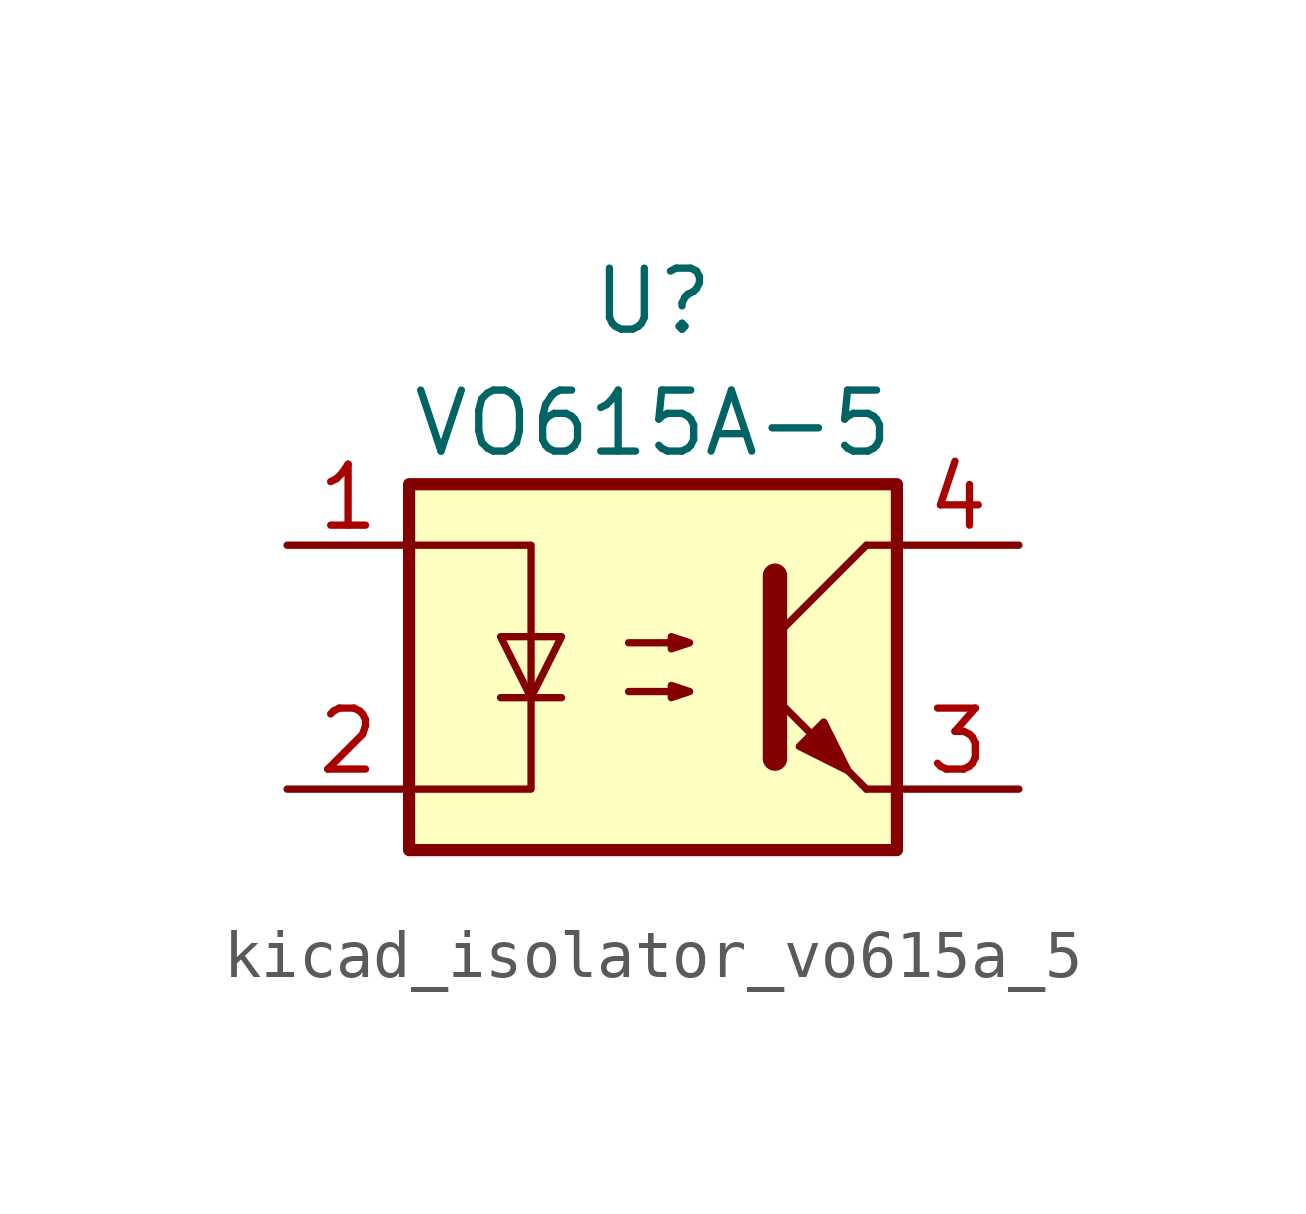
<source format=kicad_sym>
(kicad_symbol_lib
  (version 20220914)
  (generator kicad_symbol_editor)
  (symbol "kicad_isolator_vo615a_5"
    (pin_names
      (offset 0.762))
    (property "Reference" "U"
      (at 0 7.62 0)
      (effects (font (size 1.27 1.27))))
    (property "Value" "VO615A-5"
      (at 0 5.08 0)
      (effects (font (size 1.27 1.27))))
    (symbol "kicad_isolator_vo615a_5_0_1"
      (rectangle (start -5.08 3.81) (end 5.08 -3.81) (stroke (width 0.254) (type default)) (fill (type background)))
      (polyline (pts (xy -3.175 -0.635) (xy -1.905 -0.635)) (stroke (width 0) (type default)) (fill (type none)))
      (polyline (pts (xy 2.54 0.635) (xy 4.445 2.54)) (stroke (width 0) (type default)) (fill (type none)))
      (polyline (pts (xy 4.445 -2.54) (xy 2.54 -0.635)) (stroke (width 0) (type default)) (fill (type outline)))
      (polyline (pts (xy 4.445 -2.54) (xy 5.08 -2.54)) (stroke (width 0) (type default)) (fill (type none)))
      (polyline (pts (xy 4.445 2.54) (xy 5.08 2.54)) (stroke (width 0) (type default)) (fill (type none)))
      (polyline (pts (xy 2.54 1.905) (xy 2.54 -1.905) (xy 2.54 -1.905)) (stroke (width 0.508) (type default)) (fill (type none)))
      (polyline (pts (xy -5.08 2.54) (xy -2.54 2.54) (xy -2.54 -2.54) (xy -5.08 -2.54)) (stroke (width 0) (type default)) (fill (type none)))
      (polyline (pts (xy -2.54 -0.635) (xy -3.175 0.635) (xy -1.905 0.635) (xy -2.54 -0.635)) (stroke (width 0) (type default)) (fill (type none)))
      (polyline (pts (xy -0.508 -0.508) (xy 0.762 -0.508) (xy 0.381 -0.635) (xy 0.381 -0.381) (xy 0.762 -0.508)) (stroke (width 0) (type default)) (fill (type none)))
      (polyline (pts (xy -0.508 0.508) (xy 0.762 0.508) (xy 0.381 0.381) (xy 0.381 0.635) (xy 0.762 0.508)) (stroke (width 0) (type default)) (fill (type none)))
      (polyline (pts (xy 3.048 -1.651) (xy 3.556 -1.143) (xy 4.064 -2.159) (xy 3.048 -1.651) (xy 3.048 -1.651)) (stroke (width 0) (type default)) (fill (type outline))))
    (symbol "kicad_isolator_vo615a_5_1_1"
      (pin passive line (at -7.62 2.54 0) (length 2.54) (name "~" (effects (font (size 1.27 1.27)))) (number "1" (effects (font (size 1.27 1.27)))))
      (pin passive line (at -7.62 -2.54 0) (length 2.54) (name "~" (effects (font (size 1.27 1.27)))) (number "2" (effects (font (size 1.27 1.27)))))
      (pin passive line (at 7.62 -2.54 180) (length 2.54) (name "~" (effects (font (size 1.27 1.27)))) (number "3" (effects (font (size 1.27 1.27)))))
      (pin passive line (at 7.62 2.54 180) (length 2.54) (name "~" (effects (font (size 1.27 1.27)))) (number "4" (effects (font (size 1.27 1.27))))))))
</source>
